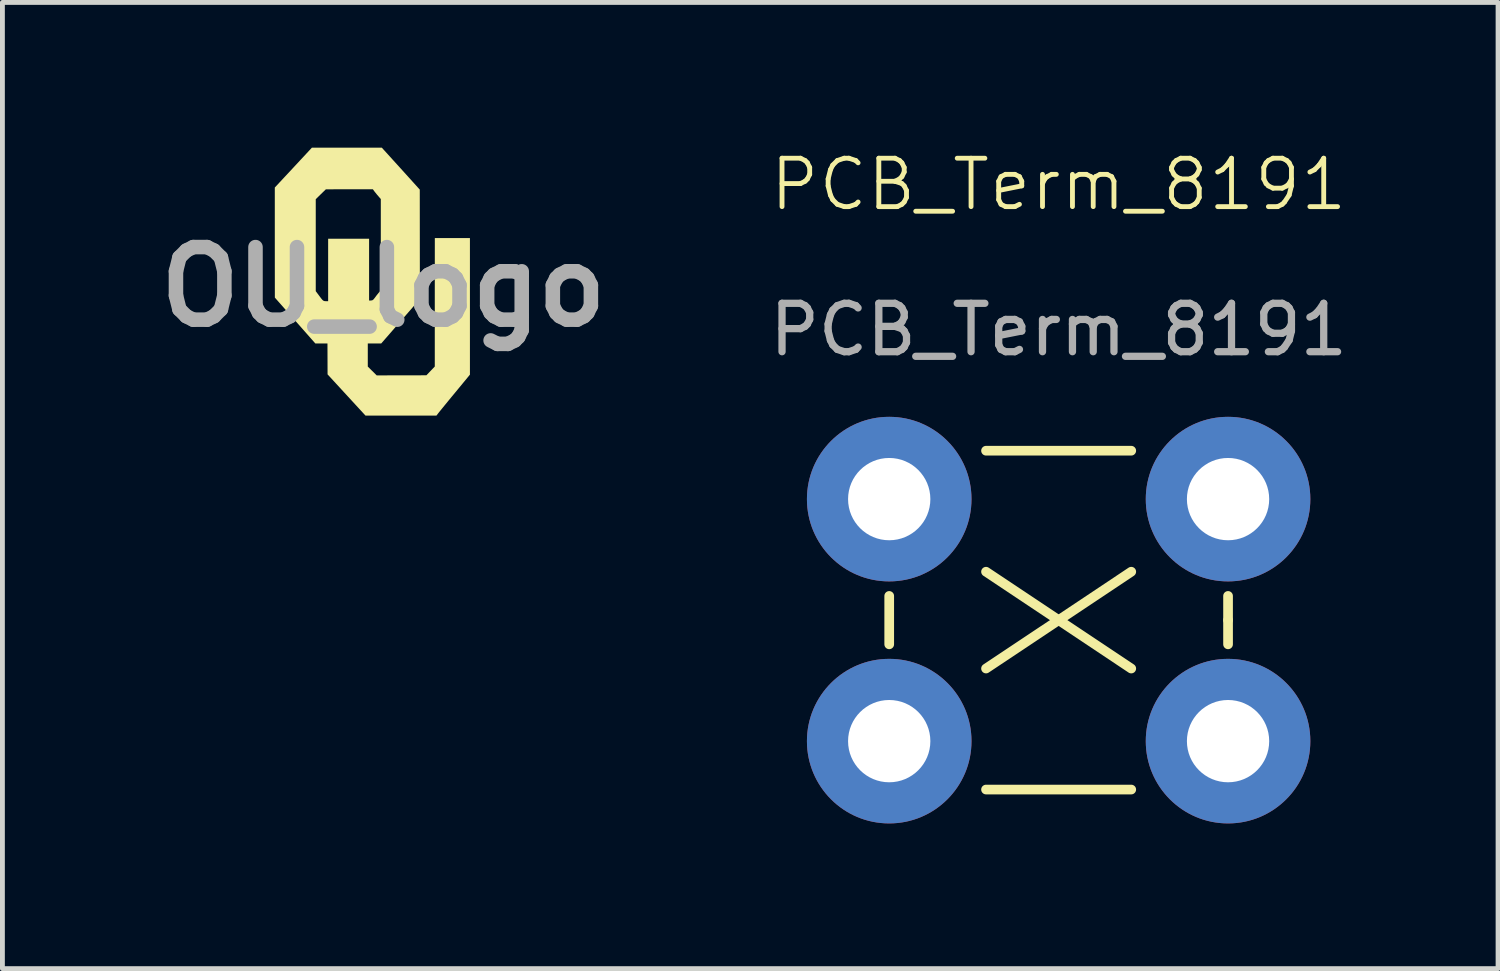
<source format=kicad_pcb>
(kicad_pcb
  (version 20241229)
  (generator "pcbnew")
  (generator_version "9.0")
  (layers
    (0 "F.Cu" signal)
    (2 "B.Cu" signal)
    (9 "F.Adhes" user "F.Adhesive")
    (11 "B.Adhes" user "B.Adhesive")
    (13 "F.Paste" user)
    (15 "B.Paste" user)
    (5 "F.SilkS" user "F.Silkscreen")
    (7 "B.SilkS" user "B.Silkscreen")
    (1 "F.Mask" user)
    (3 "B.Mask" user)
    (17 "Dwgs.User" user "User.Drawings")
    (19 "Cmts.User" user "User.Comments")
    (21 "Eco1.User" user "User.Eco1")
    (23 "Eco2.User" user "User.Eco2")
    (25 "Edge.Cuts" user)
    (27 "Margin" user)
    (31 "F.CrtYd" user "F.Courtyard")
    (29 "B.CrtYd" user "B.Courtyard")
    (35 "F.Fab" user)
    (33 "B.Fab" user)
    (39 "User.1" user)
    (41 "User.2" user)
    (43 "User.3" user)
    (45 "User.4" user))
  (footprint "PCB_Term_8191"
    (layer "F.Cu")
    (at 18.82 9.761)
    (property "Reference" "PCB_Term_8191" (at 0 -9 0) (unlocked yes) (layer "F.SilkS") (effects (font (size 1 1) (thickness 0.1))))
    (attr through_hole)
    (fp_line (start -3.5 -0.5) (end -3.5 0.5) (stroke (width 0.2) (type default)) (layer "F.SilkS"))
    (fp_line (start -1.5 -3.5) (end 1.5 -3.5) (stroke (width 0.2) (type default)) (layer "F.SilkS"))
    (fp_line (start -1.5 -1) (end 1.5 1) (stroke (width 0.2) (type default)) (layer "F.SilkS"))
    (fp_line (start 1.5 -1) (end -1.5 1) (stroke (width 0.2) (type default)) (layer "F.SilkS"))
    (fp_line (start 1.5 3.5) (end -1.5 3.5) (stroke (width 0.2) (type default)) (layer "F.SilkS"))
    (fp_line (start 3.5 -0.5) (end 3.5 0) (stroke (width 0.2) (type default)) (layer "F.SilkS"))
    (fp_line (start 3.5 0) (end 3.5 0.5) (stroke (width 0.2) (type default)) (layer "F.SilkS"))
    (fp_text user "${REFERENCE}" (at 0 -6 0) (unlocked yes) (layer "F.Fab") (effects (font (size 1 1) (thickness 0.15))))
    (pad "1" thru_hole circle (at -3.5 -2.5) (size 3.4 3.4) (drill 1.7) (layers "*.Cu" "*.Mask"))
    (pad "1" thru_hole circle (at -3.5 2.5) (size 3.4 3.4) (drill 1.7) (layers "*.Cu" "*.Mask"))
    (pad "1" thru_hole circle (at 3.5 -2.5) (size 3.4 3.4) (drill 1.7) (layers "*.Cu" "*.Mask"))
    (pad "1" thru_hole circle (at 3.5 2.5) (size 3.4 3.4) (drill 1.7) (layers "*.Cu" "*.Mask")))
  (footprint "OU_logo"
    (layer "F.Cu")
    (at 4.871 2.876)
    (property "Reference" "OU_logo" (at 0 0 0) (layer "F.Fab") (effects (font (size 1.5 1.5) (thickness 0.3))))
    (attr board_only exclude_from_pos_files exclude_from_bom)
    (fp_poly (pts (xy -0.755 -2.876) (xy -0.034 -2.876) (xy 0.359 -2.443) (xy 0.751 -2.009) (xy 0.752 -0.878) (xy 0.753 0.253) (xy 0.354 0.711) (xy -0.045 1.169) (xy -0.184 1.169) (xy -0.323 1.169) (xy -0.323 1.408) (xy -0.323 1.647) (xy -0.231 1.738) (xy -0.139 1.829) (xy 0.374 1.828) (xy 0.888 1.827) (xy 0.974 1.737) (xy 1.061 1.646) (xy 1.061 0.319) (xy 1.062 -1.008) (xy 1.425 -1.008) (xy 1.787 -1.008) (xy 1.787 0.403) (xy 1.787 1.814) (xy 1.482 2.184) (xy 1.409 2.272) (xy 1.34 2.356) (xy 1.278 2.432) (xy 1.224 2.498) (xy 1.18 2.552) (xy 1.15 2.589) (xy 1.136 2.607) (xy 1.095 2.66) (xy 0.363 2.66) (xy -0.37 2.66) (xy -0.762 2.234) (xy -1.154 1.808) (xy -1.155 1.488) (xy -1.156 1.169) (xy -1.281 1.169) (xy -1.407 1.169) (xy -1.825 0.695) (xy -2.243 0.222) (xy -2.244 -0.915) (xy -2.244 -1.811) (xy -1.398 -1.811) (xy -1.398 -0.861) (xy -1.398 0.089) (xy -1.321 0.192) (xy -1.285 0.24) (xy -1.259 0.271) (xy -1.238 0.287) (xy -1.218 0.294) (xy -1.193 0.296) (xy -1.142 0.296) (xy -1.142 -0.349) (xy -1.142 -0.994) (xy -0.719 -0.994) (xy -0.296 -0.994) (xy -0.296 -0.356) (xy -0.296 0.282) (xy -0.256 0.282) (xy -0.228 0.277) (xy -0.204 0.259) (xy -0.175 0.222) (xy -0.142 0.177) (xy -0.107 0.134) (xy -0.094 0.118) (xy -0.054 0.075) (xy -0.054 -0.87) (xy -0.054 -1.814) (xy -0.098 -1.865) (xy -0.135 -1.908) (xy -0.171 -1.953) (xy -0.181 -1.965) (xy -0.218 -2.016) (xy -0.704 -2.016) (xy -1.189 -2.015) (xy -1.294 -1.913) (xy -1.398 -1.811) (xy -2.244 -1.811) (xy -2.244 -2.052) (xy -1.86 -2.464) (xy -1.477 -2.876)) (stroke (width 0) (type solid)) (fill yes) (layer "F.SilkS")))
  (gr_rect
    (start -3 -3)
    (end 27.898 16.96)
    (stroke (width 0.1) (type default))
    (fill no)
    (layer "Edge.Cuts")))
</source>
